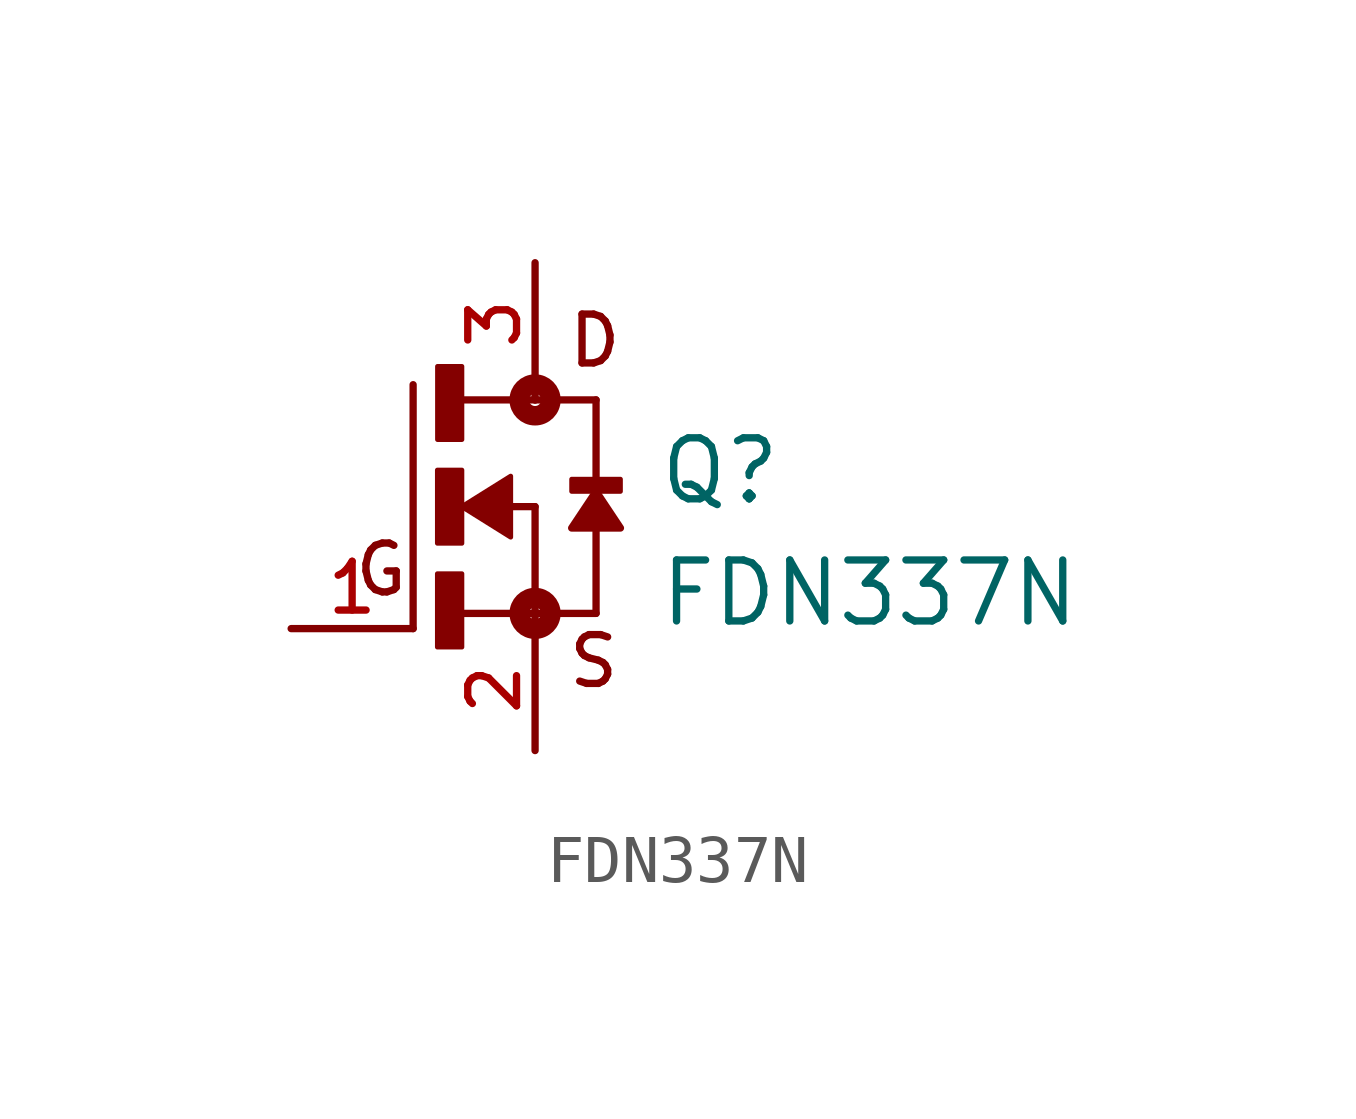
<source format=kicad_sym>
(kicad_symbol_lib
  (version 20211014)
  (generator kicad_symbol_editor)
  (symbol "FDN337N"
    (pin_names
      (offset 1.016))
    (property "Reference" "Q"
      (at 2.545 0.0 0)
      (effects (font (size 1.27 1.27)) (justify bottom left)))
    (property "Value" "FDN337N"
      (at 2.544 -2.544 0)
      (effects (font (size 1.27 1.27)) (justify bottom left)))
    (symbol "FDN337N_0_0"
      (polyline (pts (xy -0.508 0.0) (xy 0.0 0.0)) (stroke (width 0.152)))
      (polyline (pts (xy -1.587 -2.223) (xy 0.0 -2.223)) (stroke (width 0.152)))
      (polyline (pts (xy -2.54 -2.54) (xy -2.54 2.54)) (stroke (width 0.152)))
      (polyline (pts (xy 0.0 0.0) (xy 0.0 -2.223)) (stroke (width 0.152)))
      (polyline (pts (xy 1.27 -2.223) (xy 0.0 -2.223)) (stroke (width 0.152)))
      (polyline (pts (xy -1.587 2.223) (xy 0.0 2.223)) (stroke (width 0.152)))
      (polyline (pts (xy 0.0 2.223) (xy 1.27 2.223)) (stroke (width 0.152)))
      (polyline (pts (xy 0.0 -2.223) (xy 0.0 -2.54)) (stroke (width 0.152)))
      (polyline (pts (xy 1.27 2.223) (xy 1.27 -2.223)) (stroke (width 0.152)))
      (polyline (pts (xy 0.0 2.54) (xy 0.0 2.223)) (stroke (width 0.152)))
      (circle (center 0.0 -2.223) (radius 0.127) (stroke (width 0.406)) (fill (type none)))
      (circle (center 0.0 2.223) (radius 0.127) (stroke (width 0.406)) (fill (type none)))
      (text "D" (at 0.636 2.861 0) (effects (font (size 1.017 1.017)) (justify bottom left)))
      (text "S" (at 0.636 -3.814 0) (effects (font (size 1.017 1.017)) (justify bottom left)))
      (text "G" (at -3.816 -1.908 0) (effects (font (size 1.018 1.018)) (justify bottom left)))
      (rectangle (start -2.032 1.397) (end -1.524 2.921) (stroke (width 0.1)) (fill (type outline)))
      (rectangle (start -2.035 -0.763) (end -1.524 0.762) (stroke (width 0.1)) (fill (type outline)))
      (rectangle (start -2.035 -2.925) (end -1.524 -1.397) (stroke (width 0.1)) (fill (type outline)))
      (rectangle (start 0.762 0.318) (end 1.778 0.572) (stroke (width 0.1)) (fill (type outline)))
      (polyline (pts (xy -1.524 0.0) (xy -0.508 0.635) (xy -0.508 -0.635) (xy -1.524 0.0)) (stroke (width 0.102)) (fill (type outline)))
      (polyline (pts (xy 1.27 0.318) (xy 0.762 -0.445) (xy 1.778 -0.445) (xy 1.27 0.318)) (stroke (width 0.152)) (fill (type outline)))
      (pin passive line (at 0.0 5.08 270.0) (length 2.54) (name "~" (effects (font (size 1.016 1.016)))) (number "3" (effects (font (size 1.016 1.016)))))
      (pin passive line (at 0.0 -5.08 90.0) (length 2.54) (name "~" (effects (font (size 1.016 1.016)))) (number "2" (effects (font (size 1.016 1.016)))))
      (pin passive line (at -5.08 -2.54 0) (length 2.54) (name "~" (effects (font (size 1.016 1.016)))) (number "1" (effects (font (size 1.016 1.016))))))))
</source>
